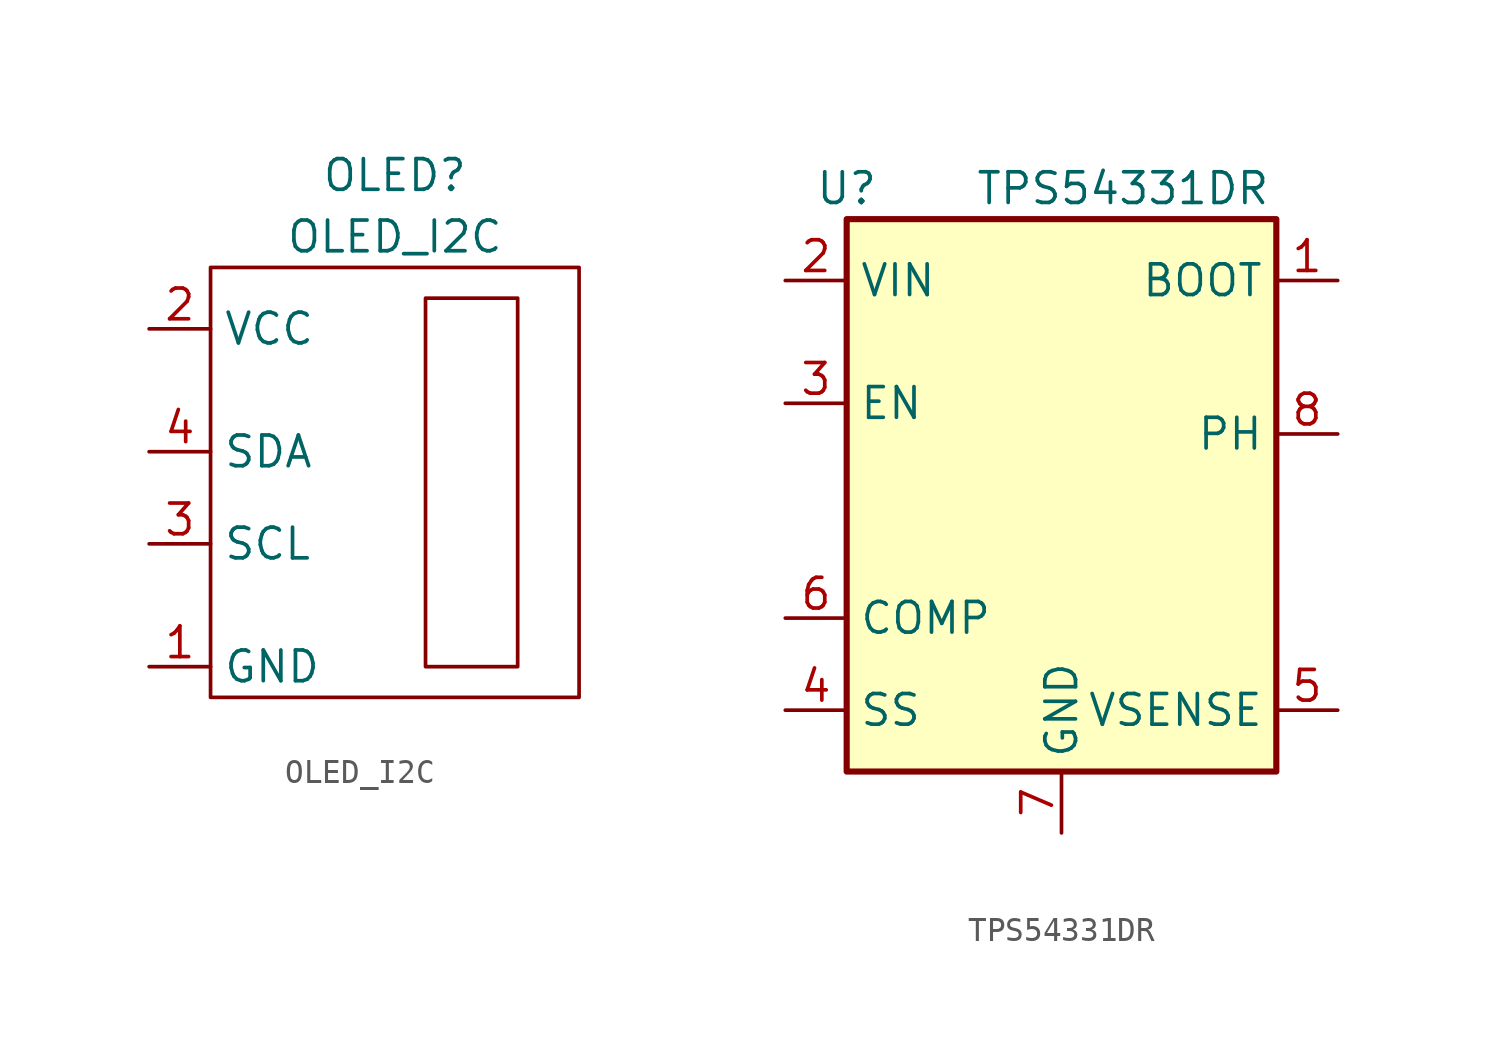
<source format=kicad_sym>
(kicad_symbol_lib
  (version 20211014)
  (generator kicad_symbol_editor)
  (symbol "OLED_I2C"
    (property "Reference" "OLED"
      (at 0 12.7 0)
      (effects (font (size 1.27 1.27))))
    (property "Value" "OLED_I2C"
      (at 0 10.16 0)
      (effects (font (size 1.27 1.27))))
    (symbol "OLED_I2C_0_1"
      (rectangle (start -7.62 8.89) (end 7.62 -8.89) (stroke (width 0) (type default) (color 0 0 0 0)) (fill (type none)))
      (rectangle (start 1.27 7.62) (end 5.08 -7.62) (stroke (width 0) (type default) (color 0 0 0 0)) (fill (type none))))
    (symbol "OLED_I2C_1_1"
      (pin power_in line (at -10.16 -7.62 0) (length 2.54) (name "GND" (effects (font (size 1.27 1.27)))) (number "1" (effects (font (size 1.27 1.27)))))
      (pin power_in line (at -10.16 6.35 0) (length 2.54) (name "VCC" (effects (font (size 1.27 1.27)))) (number "2" (effects (font (size 1.27 1.27)))))
      (pin input line (at -10.16 -2.54 0) (length 2.54) (name "SCL" (effects (font (size 1.27 1.27)))) (number "3" (effects (font (size 1.27 1.27)))))
      (pin bidirectional line (at -10.16 1.27 0) (length 2.54) (name "SDA" (effects (font (size 1.27 1.27)))) (number "4" (effects (font (size 1.27 1.27)))))))
  (symbol "TPS54331DR"
    (property "Reference" "U"
      (at -8.89 12.7 0)
      (effects (font (size 1.27 1.27))))
    (property "Value" "TPS54331DR"
      (at 2.54 12.7 0)
      (effects (font (size 1.27 1.27))))
    (symbol "TPS54331DR_1_1"
      (rectangle (start -8.89 11.43) (end 8.89 -11.43) (stroke (width 0.254) (type default) (color 0 0 0 0)) (fill (type background)))
      (pin output line (at 11.43 8.89 180) (length 2.54) (name "BOOT" (effects (font (size 1.27 1.27)))) (number "1" (effects (font (size 1.27 1.27)))))
      (pin power_in line (at -11.43 8.89 0) (length 2.54) (name "VIN" (effects (font (size 1.27 1.27)))) (number "2" (effects (font (size 1.27 1.27)))))
      (pin input line (at -11.43 3.81 0) (length 2.54) (name "EN" (effects (font (size 1.27 1.27)))) (number "3" (effects (font (size 1.27 1.27)))))
      (pin input line (at -11.43 -8.89 0) (length 2.54) (name "SS" (effects (font (size 1.27 1.27)))) (number "4" (effects (font (size 1.27 1.27)))))
      (pin input line (at 11.43 -8.89 180) (length 2.54) (name "VSENSE" (effects (font (size 1.27 1.27)))) (number "5" (effects (font (size 1.27 1.27)))))
      (pin output line (at -11.43 -5.08 0) (length 2.54) (name "COMP" (effects (font (size 1.27 1.27)))) (number "6" (effects (font (size 1.27 1.27)))))
      (pin power_in line (at 0 -13.97 90) (length 2.54) (name "GND" (effects (font (size 1.27 1.27)))) (number "7" (effects (font (size 1.27 1.27)))))
      (pin output line (at 11.43 2.54 180) (length 2.54) (name "PH" (effects (font (size 1.27 1.27)))) (number "8" (effects (font (size 1.27 1.27))))))))
</source>
